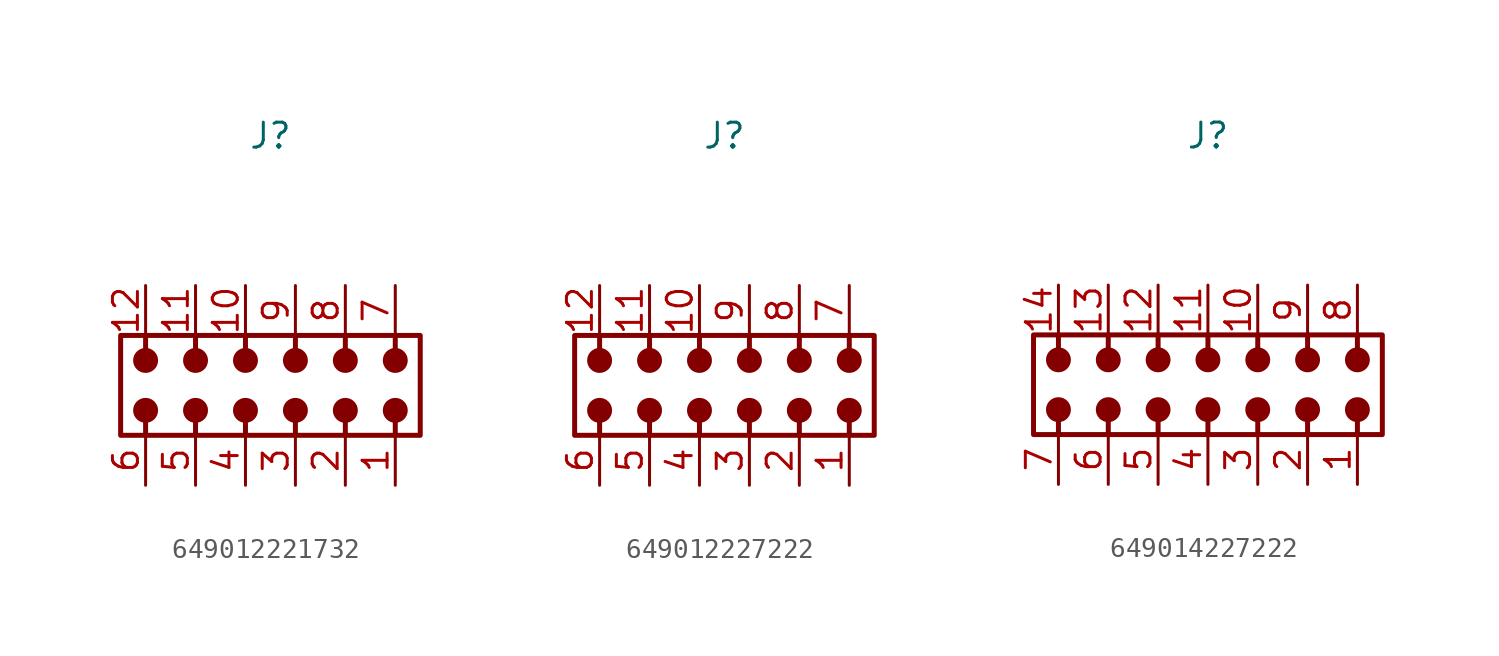
<source format=kicad_sym>
(kicad_symbol_lib
  (version 20241209)
  (generator "kicad_symbol_editor")
  (generator_version "9.0")
  (symbol "649012221732"
    (pin_names
      (hide yes))
    (property "Reference" "J"
      (at 0 12.7 0)
      (effects (font (size 1.27 1.27))))
    (symbol "649012221732_1_1"
      (rectangle (start -7.62 2.54) (end 7.62 -2.54) (stroke (width 0.254) (type solid)) (fill (type none)))
      (polyline (pts (xy -6.35 1.778) (xy -6.35 2.54)) (stroke (width 0.254) (type solid)) (fill (type none)))
      (circle (center -6.35 1.27) (radius 0.508) (stroke (width 0.254) (type solid)) (fill (type outline)))
      (circle (center -6.35 -1.27) (radius 0.508) (stroke (width 0.254) (type solid)) (fill (type outline)))
      (polyline (pts (xy -6.35 -1.778) (xy -6.35 -2.54)) (stroke (width 0.254) (type solid)) (fill (type none)))
      (polyline (pts (xy -3.81 1.778) (xy -3.81 2.54)) (stroke (width 0.254) (type solid)) (fill (type none)))
      (circle (center -3.81 1.27) (radius 0.508) (stroke (width 0.254) (type solid)) (fill (type outline)))
      (circle (center -3.81 -1.27) (radius 0.508) (stroke (width 0.254) (type solid)) (fill (type outline)))
      (polyline (pts (xy -3.81 -1.778) (xy -3.81 -2.54)) (stroke (width 0.254) (type solid)) (fill (type none)))
      (polyline (pts (xy -1.27 1.778) (xy -1.27 2.54)) (stroke (width 0.254) (type solid)) (fill (type none)))
      (circle (center -1.27 1.27) (radius 0.508) (stroke (width 0.254) (type solid)) (fill (type outline)))
      (circle (center -1.27 -1.27) (radius 0.508) (stroke (width 0.254) (type solid)) (fill (type outline)))
      (polyline (pts (xy -1.27 -1.778) (xy -1.27 -2.54)) (stroke (width 0.254) (type solid)) (fill (type none)))
      (polyline (pts (xy 1.27 1.778) (xy 1.27 2.54)) (stroke (width 0.254) (type solid)) (fill (type none)))
      (circle (center 1.27 1.27) (radius 0.508) (stroke (width 0.254) (type solid)) (fill (type outline)))
      (circle (center 1.27 -1.27) (radius 0.508) (stroke (width 0.254) (type solid)) (fill (type outline)))
      (polyline (pts (xy 1.27 -1.778) (xy 1.27 -2.54)) (stroke (width 0.254) (type solid)) (fill (type none)))
      (polyline (pts (xy 3.81 1.778) (xy 3.81 2.54)) (stroke (width 0.254) (type solid)) (fill (type none)))
      (circle (center 3.81 1.27) (radius 0.508) (stroke (width 0.254) (type solid)) (fill (type outline)))
      (circle (center 3.81 -1.27) (radius 0.508) (stroke (width 0.254) (type solid)) (fill (type outline)))
      (polyline (pts (xy 3.81 -1.778) (xy 3.81 -2.54)) (stroke (width 0.254) (type solid)) (fill (type none)))
      (polyline (pts (xy 6.35 1.778) (xy 6.35 2.54)) (stroke (width 0.254) (type solid)) (fill (type none)))
      (circle (center 6.35 1.27) (radius 0.508) (stroke (width 0.254) (type solid)) (fill (type outline)))
      (circle (center 6.35 -1.27) (radius 0.508) (stroke (width 0.254) (type solid)) (fill (type outline)))
      (polyline (pts (xy 6.35 -1.778) (xy 6.35 -2.54)) (stroke (width 0.254) (type solid)) (fill (type none)))
      (pin passive line (at -6.35 5.08 270) (length 2.54) (name "12" (effects (font (size 1.27 1.27)))) (number "12" (effects (font (size 1.27 1.27)))))
      (pin passive line (at -6.35 -5.08 90) (length 2.54) (name "6" (effects (font (size 1.27 1.27)))) (number "6" (effects (font (size 1.27 1.27)))))
      (pin passive line (at -3.81 5.08 270) (length 2.54) (name "11" (effects (font (size 1.27 1.27)))) (number "11" (effects (font (size 1.27 1.27)))))
      (pin passive line (at -3.81 -5.08 90) (length 2.54) (name "5" (effects (font (size 1.27 1.27)))) (number "5" (effects (font (size 1.27 1.27)))))
      (pin passive line (at -1.27 5.08 270) (length 2.54) (name "10" (effects (font (size 1.27 1.27)))) (number "10" (effects (font (size 1.27 1.27)))))
      (pin passive line (at -1.27 -5.08 90) (length 2.54) (name "4" (effects (font (size 1.27 1.27)))) (number "4" (effects (font (size 1.27 1.27)))))
      (pin passive line (at 1.27 5.08 270) (length 2.54) (name "9" (effects (font (size 1.27 1.27)))) (number "9" (effects (font (size 1.27 1.27)))))
      (pin passive line (at 1.27 -5.08 90) (length 2.54) (name "3" (effects (font (size 1.27 1.27)))) (number "3" (effects (font (size 1.27 1.27)))))
      (pin passive line (at 3.81 5.08 270) (length 2.54) (name "8" (effects (font (size 1.27 1.27)))) (number "8" (effects (font (size 1.27 1.27)))))
      (pin passive line (at 3.81 -5.08 90) (length 2.54) (name "2" (effects (font (size 1.27 1.27)))) (number "2" (effects (font (size 1.27 1.27)))))
      (pin passive line (at 6.35 5.08 270) (length 2.54) (name "7" (effects (font (size 1.27 1.27)))) (number "7" (effects (font (size 1.27 1.27)))))
      (pin passive line (at 6.35 -5.08 90) (length 2.54) (name "1" (effects (font (size 1.27 1.27)))) (number "1" (effects (font (size 1.27 1.27)))))))
  (symbol "649012227222"
    (pin_names
      (hide yes))
    (property "Reference" "J"
      (at 0 12.7 0)
      (effects (font (size 1.27 1.27))))
    (symbol "649012227222_1_1"
      (rectangle (start -7.62 2.54) (end 7.62 -2.54) (stroke (width 0.254) (type solid)) (fill (type none)))
      (polyline (pts (xy -6.35 1.778) (xy -6.35 2.54)) (stroke (width 0.254) (type solid)) (fill (type none)))
      (circle (center -6.35 1.27) (radius 0.508) (stroke (width 0.254) (type solid)) (fill (type outline)))
      (circle (center -6.35 -1.27) (radius 0.508) (stroke (width 0.254) (type solid)) (fill (type outline)))
      (polyline (pts (xy -6.35 -1.778) (xy -6.35 -2.54)) (stroke (width 0.254) (type solid)) (fill (type none)))
      (polyline (pts (xy -3.81 1.778) (xy -3.81 2.54)) (stroke (width 0.254) (type solid)) (fill (type none)))
      (circle (center -3.81 1.27) (radius 0.508) (stroke (width 0.254) (type solid)) (fill (type outline)))
      (circle (center -3.81 -1.27) (radius 0.508) (stroke (width 0.254) (type solid)) (fill (type outline)))
      (polyline (pts (xy -3.81 -1.778) (xy -3.81 -2.54)) (stroke (width 0.254) (type solid)) (fill (type none)))
      (polyline (pts (xy -1.27 1.778) (xy -1.27 2.54)) (stroke (width 0.254) (type solid)) (fill (type none)))
      (circle (center -1.27 1.27) (radius 0.508) (stroke (width 0.254) (type solid)) (fill (type outline)))
      (circle (center -1.27 -1.27) (radius 0.508) (stroke (width 0.254) (type solid)) (fill (type outline)))
      (polyline (pts (xy -1.27 -1.778) (xy -1.27 -2.54)) (stroke (width 0.254) (type solid)) (fill (type none)))
      (polyline (pts (xy 1.27 1.778) (xy 1.27 2.54)) (stroke (width 0.254) (type solid)) (fill (type none)))
      (circle (center 1.27 1.27) (radius 0.508) (stroke (width 0.254) (type solid)) (fill (type outline)))
      (circle (center 1.27 -1.27) (radius 0.508) (stroke (width 0.254) (type solid)) (fill (type outline)))
      (polyline (pts (xy 1.27 -1.778) (xy 1.27 -2.54)) (stroke (width 0.254) (type solid)) (fill (type none)))
      (polyline (pts (xy 3.81 1.778) (xy 3.81 2.54)) (stroke (width 0.254) (type solid)) (fill (type none)))
      (circle (center 3.81 1.27) (radius 0.508) (stroke (width 0.254) (type solid)) (fill (type outline)))
      (circle (center 3.81 -1.27) (radius 0.508) (stroke (width 0.254) (type solid)) (fill (type outline)))
      (polyline (pts (xy 3.81 -1.778) (xy 3.81 -2.54)) (stroke (width 0.254) (type solid)) (fill (type none)))
      (polyline (pts (xy 6.35 1.778) (xy 6.35 2.54)) (stroke (width 0.254) (type solid)) (fill (type none)))
      (circle (center 6.35 1.27) (radius 0.508) (stroke (width 0.254) (type solid)) (fill (type outline)))
      (circle (center 6.35 -1.27) (radius 0.508) (stroke (width 0.254) (type solid)) (fill (type outline)))
      (polyline (pts (xy 6.35 -1.778) (xy 6.35 -2.54)) (stroke (width 0.254) (type solid)) (fill (type none)))
      (pin passive line (at -6.35 5.08 270) (length 2.54) (name "12" (effects (font (size 1.27 1.27)))) (number "12" (effects (font (size 1.27 1.27)))))
      (pin passive line (at -6.35 -5.08 90) (length 2.54) (name "6" (effects (font (size 1.27 1.27)))) (number "6" (effects (font (size 1.27 1.27)))))
      (pin passive line (at -3.81 5.08 270) (length 2.54) (name "11" (effects (font (size 1.27 1.27)))) (number "11" (effects (font (size 1.27 1.27)))))
      (pin passive line (at -3.81 -5.08 90) (length 2.54) (name "5" (effects (font (size 1.27 1.27)))) (number "5" (effects (font (size 1.27 1.27)))))
      (pin passive line (at -1.27 5.08 270) (length 2.54) (name "10" (effects (font (size 1.27 1.27)))) (number "10" (effects (font (size 1.27 1.27)))))
      (pin passive line (at -1.27 -5.08 90) (length 2.54) (name "4" (effects (font (size 1.27 1.27)))) (number "4" (effects (font (size 1.27 1.27)))))
      (pin passive line (at 1.27 5.08 270) (length 2.54) (name "9" (effects (font (size 1.27 1.27)))) (number "9" (effects (font (size 1.27 1.27)))))
      (pin passive line (at 1.27 -5.08 90) (length 2.54) (name "3" (effects (font (size 1.27 1.27)))) (number "3" (effects (font (size 1.27 1.27)))))
      (pin passive line (at 3.81 5.08 270) (length 2.54) (name "8" (effects (font (size 1.27 1.27)))) (number "8" (effects (font (size 1.27 1.27)))))
      (pin passive line (at 3.81 -5.08 90) (length 2.54) (name "2" (effects (font (size 1.27 1.27)))) (number "2" (effects (font (size 1.27 1.27)))))
      (pin passive line (at 6.35 5.08 270) (length 2.54) (name "7" (effects (font (size 1.27 1.27)))) (number "7" (effects (font (size 1.27 1.27)))))
      (pin passive line (at 6.35 -5.08 90) (length 2.54) (name "1" (effects (font (size 1.27 1.27)))) (number "1" (effects (font (size 1.27 1.27)))))))
  (symbol "649014227222"
    (pin_names
      (hide yes))
    (property "Reference" "J"
      (at 0 12.7 0)
      (effects (font (size 1.27 1.27))))
    (symbol "649014227222_1_1"
      (rectangle (start -8.89 2.54) (end 8.89 -2.54) (stroke (width 0.254) (type solid)) (fill (type none)))
      (polyline (pts (xy -7.62 1.778) (xy -7.62 2.54)) (stroke (width 0.254) (type solid)) (fill (type none)))
      (circle (center -7.62 1.27) (radius 0.508) (stroke (width 0.254) (type solid)) (fill (type outline)))
      (circle (center -7.62 -1.27) (radius 0.508) (stroke (width 0.254) (type solid)) (fill (type outline)))
      (polyline (pts (xy -7.62 -1.778) (xy -7.62 -2.54)) (stroke (width 0.254) (type solid)) (fill (type none)))
      (polyline (pts (xy -5.08 1.778) (xy -5.08 2.54)) (stroke (width 0.254) (type solid)) (fill (type none)))
      (circle (center -5.08 1.27) (radius 0.508) (stroke (width 0.254) (type solid)) (fill (type outline)))
      (circle (center -5.08 -1.27) (radius 0.508) (stroke (width 0.254) (type solid)) (fill (type outline)))
      (polyline (pts (xy -5.08 -1.778) (xy -5.08 -2.54)) (stroke (width 0.254) (type solid)) (fill (type none)))
      (polyline (pts (xy -2.54 1.778) (xy -2.54 2.54)) (stroke (width 0.254) (type solid)) (fill (type none)))
      (circle (center -2.54 1.27) (radius 0.508) (stroke (width 0.254) (type solid)) (fill (type outline)))
      (circle (center -2.54 -1.27) (radius 0.508) (stroke (width 0.254) (type solid)) (fill (type outline)))
      (polyline (pts (xy -2.54 -1.778) (xy -2.54 -2.54)) (stroke (width 0.254) (type solid)) (fill (type none)))
      (polyline (pts (xy 0 1.778) (xy 0 2.54)) (stroke (width 0.254) (type solid)) (fill (type none)))
      (circle (center 0 1.27) (radius 0.508) (stroke (width 0.254) (type solid)) (fill (type outline)))
      (circle (center 0 -1.27) (radius 0.508) (stroke (width 0.254) (type solid)) (fill (type outline)))
      (polyline (pts (xy 0 -1.778) (xy 0 -2.54)) (stroke (width 0.254) (type solid)) (fill (type none)))
      (polyline (pts (xy 2.54 1.778) (xy 2.54 2.54)) (stroke (width 0.254) (type solid)) (fill (type none)))
      (circle (center 2.54 1.27) (radius 0.508) (stroke (width 0.254) (type solid)) (fill (type outline)))
      (circle (center 2.54 -1.27) (radius 0.508) (stroke (width 0.254) (type solid)) (fill (type outline)))
      (polyline (pts (xy 2.54 -1.778) (xy 2.54 -2.54)) (stroke (width 0.254) (type solid)) (fill (type none)))
      (polyline (pts (xy 5.08 1.778) (xy 5.08 2.54)) (stroke (width 0.254) (type solid)) (fill (type none)))
      (circle (center 5.08 1.27) (radius 0.508) (stroke (width 0.254) (type solid)) (fill (type outline)))
      (circle (center 5.08 -1.27) (radius 0.508) (stroke (width 0.254) (type solid)) (fill (type outline)))
      (polyline (pts (xy 5.08 -1.778) (xy 5.08 -2.54)) (stroke (width 0.254) (type solid)) (fill (type none)))
      (polyline (pts (xy 7.62 1.778) (xy 7.62 2.54)) (stroke (width 0.254) (type solid)) (fill (type none)))
      (circle (center 7.62 1.27) (radius 0.508) (stroke (width 0.254) (type solid)) (fill (type outline)))
      (circle (center 7.62 -1.27) (radius 0.508) (stroke (width 0.254) (type solid)) (fill (type outline)))
      (polyline (pts (xy 7.62 -1.778) (xy 7.62 -2.54)) (stroke (width 0.254) (type solid)) (fill (type none)))
      (pin passive line (at -7.62 5.08 270) (length 2.54) (name "14" (effects (font (size 1.27 1.27)))) (number "14" (effects (font (size 1.27 1.27)))))
      (pin passive line (at -7.62 -5.08 90) (length 2.54) (name "7" (effects (font (size 1.27 1.27)))) (number "7" (effects (font (size 1.27 1.27)))))
      (pin passive line (at -5.08 5.08 270) (length 2.54) (name "13" (effects (font (size 1.27 1.27)))) (number "13" (effects (font (size 1.27 1.27)))))
      (pin passive line (at -5.08 -5.08 90) (length 2.54) (name "6" (effects (font (size 1.27 1.27)))) (number "6" (effects (font (size 1.27 1.27)))))
      (pin passive line (at -2.54 5.08 270) (length 2.54) (name "12" (effects (font (size 1.27 1.27)))) (number "12" (effects (font (size 1.27 1.27)))))
      (pin passive line (at -2.54 -5.08 90) (length 2.54) (name "5" (effects (font (size 1.27 1.27)))) (number "5" (effects (font (size 1.27 1.27)))))
      (pin passive line (at 0 5.08 270) (length 2.54) (name "11" (effects (font (size 1.27 1.27)))) (number "11" (effects (font (size 1.27 1.27)))))
      (pin passive line (at 0 -5.08 90) (length 2.54) (name "4" (effects (font (size 1.27 1.27)))) (number "4" (effects (font (size 1.27 1.27)))))
      (pin passive line (at 2.54 5.08 270) (length 2.54) (name "10" (effects (font (size 1.27 1.27)))) (number "10" (effects (font (size 1.27 1.27)))))
      (pin passive line (at 2.54 -5.08 90) (length 2.54) (name "3" (effects (font (size 1.27 1.27)))) (number "3" (effects (font (size 1.27 1.27)))))
      (pin passive line (at 5.08 5.08 270) (length 2.54) (name "9" (effects (font (size 1.27 1.27)))) (number "9" (effects (font (size 1.27 1.27)))))
      (pin passive line (at 5.08 -5.08 90) (length 2.54) (name "2" (effects (font (size 1.27 1.27)))) (number "2" (effects (font (size 1.27 1.27)))))
      (pin passive line (at 7.62 5.08 270) (length 2.54) (name "8" (effects (font (size 1.27 1.27)))) (number "8" (effects (font (size 1.27 1.27)))))
      (pin passive line (at 7.62 -5.08 90) (length 2.54) (name "1" (effects (font (size 1.27 1.27)))) (number "1" (effects (font (size 1.27 1.27))))))))
</source>
